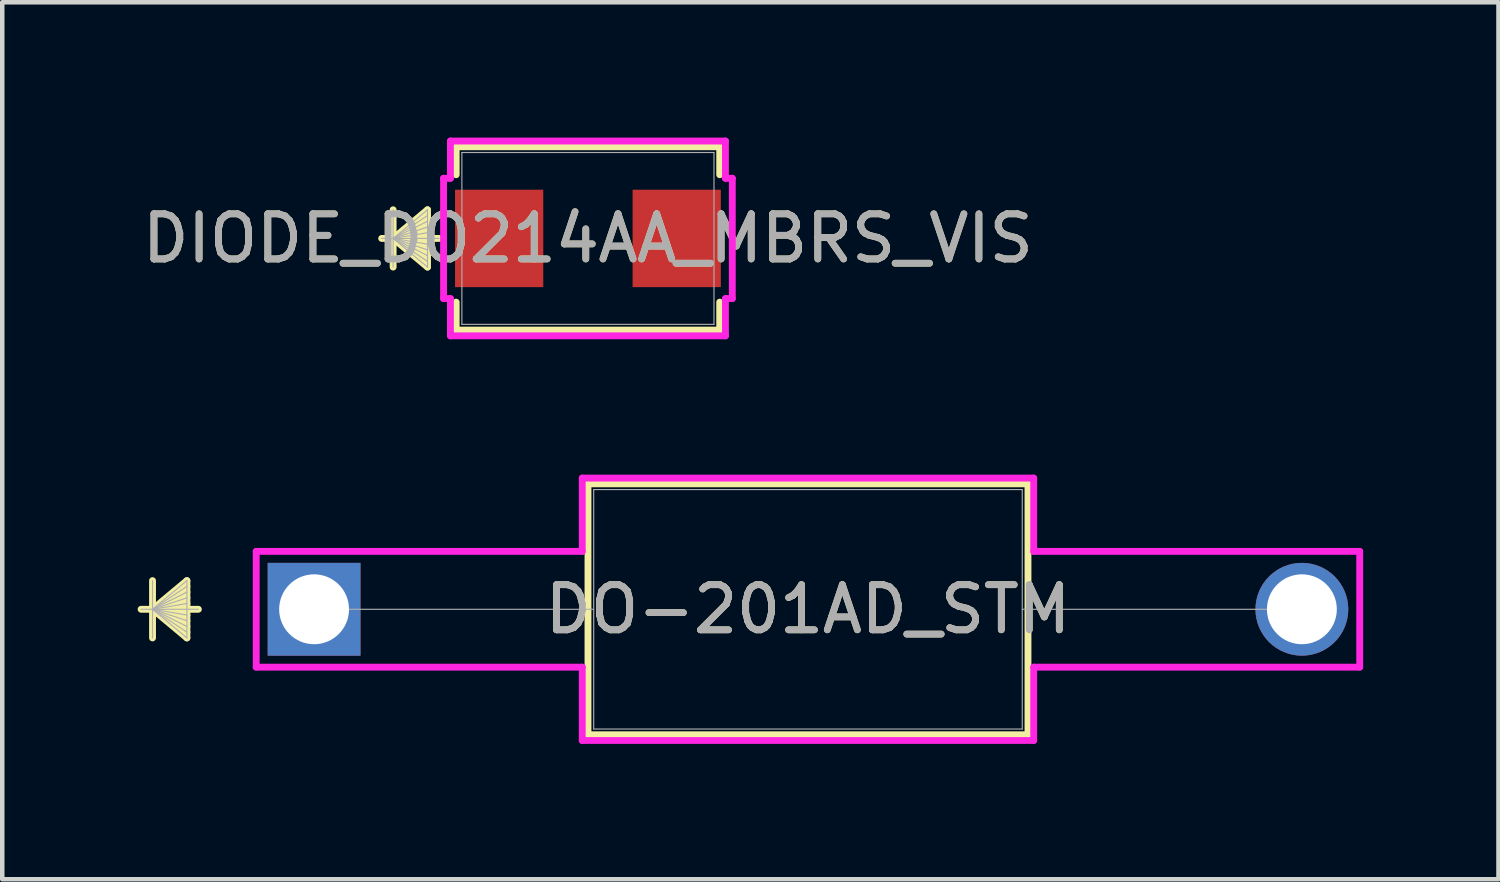
<source format=kicad_pcb>
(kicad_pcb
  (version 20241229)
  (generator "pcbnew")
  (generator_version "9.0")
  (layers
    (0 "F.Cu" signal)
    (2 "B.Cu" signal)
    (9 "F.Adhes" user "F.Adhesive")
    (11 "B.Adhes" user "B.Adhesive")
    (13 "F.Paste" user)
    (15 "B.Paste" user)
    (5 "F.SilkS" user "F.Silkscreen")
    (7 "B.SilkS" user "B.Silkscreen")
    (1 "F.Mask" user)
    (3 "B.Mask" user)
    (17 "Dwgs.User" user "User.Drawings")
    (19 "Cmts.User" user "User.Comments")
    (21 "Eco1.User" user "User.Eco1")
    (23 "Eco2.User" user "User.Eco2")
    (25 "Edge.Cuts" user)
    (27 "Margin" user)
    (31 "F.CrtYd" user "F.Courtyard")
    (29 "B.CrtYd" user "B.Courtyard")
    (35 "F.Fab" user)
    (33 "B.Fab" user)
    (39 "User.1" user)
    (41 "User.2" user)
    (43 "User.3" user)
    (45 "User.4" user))
  (footprint "DIODE_DO214AA_MBRS_VIS"
    (layer "F.Cu")
    (at 9.982 2.235)
    (property "Reference" "DIODE_DO214AA_MBRS_VIS" (at 0 0 0) (unlocked yes) (layer "F.SilkS") (effects (font (size 1 1) (thickness 0.15))))
    (attr smd)
    (fp_line (start -4.318 -0.635) (end -4.318 0.635) (stroke (width 0.152) (type solid)) (layer "F.SilkS"))
    (fp_line (start -4.318 0) (end -3.556 -0.635) (stroke (width 0.152) (type solid)) (layer "F.SilkS"))
    (fp_line (start -4.318 0) (end -3.556 -0.508) (stroke (width 0.152) (type solid)) (layer "F.SilkS"))
    (fp_line (start -4.318 0) (end -3.556 -0.381) (stroke (width 0.152) (type solid)) (layer "F.SilkS"))
    (fp_line (start -4.318 0) (end -3.556 -0.254) (stroke (width 0.152) (type solid)) (layer "F.SilkS"))
    (fp_line (start -4.318 0) (end -3.556 -0.127) (stroke (width 0.152) (type solid)) (layer "F.SilkS"))
    (fp_line (start -4.318 0) (end -3.556 0.127) (stroke (width 0.152) (type solid)) (layer "F.SilkS"))
    (fp_line (start -4.318 0) (end -3.556 0.254) (stroke (width 0.152) (type solid)) (layer "F.SilkS"))
    (fp_line (start -4.318 0) (end -3.556 0.381) (stroke (width 0.152) (type solid)) (layer "F.SilkS"))
    (fp_line (start -4.318 0) (end -3.556 0.508) (stroke (width 0.152) (type solid)) (layer "F.SilkS"))
    (fp_line (start -4.318 0) (end -3.556 0.635) (stroke (width 0.152) (type solid)) (layer "F.SilkS"))
    (fp_line (start -3.556 -0.635) (end -3.556 0.635) (stroke (width 0.152) (type solid)) (layer "F.SilkS"))
    (fp_line (start -3.302 0) (end -4.572 0) (stroke (width 0.152) (type solid)) (layer "F.SilkS"))
    (fp_line (start -2.921 -2.032) (end -2.921 -1.412) (stroke (width 0.152) (type solid)) (layer "F.SilkS"))
    (fp_line (start -2.921 1.412) (end -2.921 2.032) (stroke (width 0.152) (type solid)) (layer "F.SilkS"))
    (fp_line (start -2.921 2.032) (end 2.921 2.032) (stroke (width 0.152) (type solid)) (layer "F.SilkS"))
    (fp_line (start 2.921 -2.032) (end -2.921 -2.032) (stroke (width 0.152) (type solid)) (layer "F.SilkS"))
    (fp_line (start 2.921 -1.412) (end 2.921 -2.032) (stroke (width 0.152) (type solid)) (layer "F.SilkS"))
    (fp_line (start 2.921 2.032) (end 2.921 1.412) (stroke (width 0.152) (type solid)) (layer "F.SilkS"))
    (fp_line (start -3.2 -1.333) (end -3.048 -1.333) (stroke (width 0.152) (type solid)) (layer "F.CrtYd"))
    (fp_line (start -3.2 1.333) (end -3.2 -1.333) (stroke (width 0.152) (type solid)) (layer "F.CrtYd"))
    (fp_line (start -3.048 -2.159) (end 3.048 -2.159) (stroke (width 0.152) (type solid)) (layer "F.CrtYd"))
    (fp_line (start -3.048 -1.333) (end -3.048 -2.159) (stroke (width 0.152) (type solid)) (layer "F.CrtYd"))
    (fp_line (start -3.048 1.333) (end -3.2 1.333) (stroke (width 0.152) (type solid)) (layer "F.CrtYd"))
    (fp_line (start -3.048 2.159) (end -3.048 1.333) (stroke (width 0.152) (type solid)) (layer "F.CrtYd"))
    (fp_line (start 3.048 -2.159) (end 3.048 -1.333) (stroke (width 0.152) (type solid)) (layer "F.CrtYd"))
    (fp_line (start 3.048 -1.333) (end 3.2 -1.333) (stroke (width 0.152) (type solid)) (layer "F.CrtYd"))
    (fp_line (start 3.048 1.333) (end 3.048 2.159) (stroke (width 0.152) (type solid)) (layer "F.CrtYd"))
    (fp_line (start 3.048 2.159) (end -3.048 2.159) (stroke (width 0.152) (type solid)) (layer "F.CrtYd"))
    (fp_line (start 3.2 -1.333) (end 3.2 1.333) (stroke (width 0.152) (type solid)) (layer "F.CrtYd"))
    (fp_line (start 3.2 1.333) (end 3.048 1.333) (stroke (width 0.152) (type solid)) (layer "F.CrtYd"))
    (fp_line (start -4.318 -0.635) (end -4.318 0.635) (stroke (width 0.025) (type solid)) (layer "F.Fab"))
    (fp_line (start -4.318 0) (end -3.556 -0.635) (stroke (width 0.025) (type solid)) (layer "F.Fab"))
    (fp_line (start -4.318 0) (end -3.556 -0.508) (stroke (width 0.025) (type solid)) (layer "F.Fab"))
    (fp_line (start -4.318 0) (end -3.556 -0.381) (stroke (width 0.025) (type solid)) (layer "F.Fab"))
    (fp_line (start -4.318 0) (end -3.556 -0.254) (stroke (width 0.025) (type solid)) (layer "F.Fab"))
    (fp_line (start -4.318 0) (end -3.556 -0.127) (stroke (width 0.025) (type solid)) (layer "F.Fab"))
    (fp_line (start -4.318 0) (end -3.556 0.127) (stroke (width 0.025) (type solid)) (layer "F.Fab"))
    (fp_line (start -4.318 0) (end -3.556 0.254) (stroke (width 0.025) (type solid)) (layer "F.Fab"))
    (fp_line (start -4.318 0) (end -3.556 0.381) (stroke (width 0.025) (type solid)) (layer "F.Fab"))
    (fp_line (start -4.318 0) (end -3.556 0.508) (stroke (width 0.025) (type solid)) (layer "F.Fab"))
    (fp_line (start -4.318 0) (end -3.556 0.635) (stroke (width 0.025) (type solid)) (layer "F.Fab"))
    (fp_line (start -3.556 -0.635) (end -3.556 0.635) (stroke (width 0.025) (type solid)) (layer "F.Fab"))
    (fp_line (start -3.302 0) (end -4.572 0) (stroke (width 0.025) (type solid)) (layer "F.Fab"))
    (fp_line (start -2.794 -1.905) (end -2.794 1.905) (stroke (width 0.025) (type solid)) (layer "F.Fab"))
    (fp_line (start -2.794 1.905) (end 2.794 1.905) (stroke (width 0.025) (type solid)) (layer "F.Fab"))
    (fp_line (start 2.794 -1.905) (end -2.794 -1.905) (stroke (width 0.025) (type solid)) (layer "F.Fab"))
    (fp_line (start 2.794 1.905) (end 2.794 -1.905) (stroke (width 0.025) (type solid)) (layer "F.Fab"))
    (fp_text user "${REFERENCE}" (at 0 0 0) (unlocked yes) (layer "F.Fab") (effects (font (size 1 1) (thickness 0.15))))
    (pad "1" smd rect (at -1.968 0 90) (size 2.159 1.956) (layers "F.Cu" "F.Mask" "F.Paste"))
    (pad "2" smd rect (at 1.968 0 90) (size 2.159 1.956) (layers "F.Cu" "F.Mask" "F.Paste"))
    (zone (net_name "") (layer "F.Cu") (hatch full 0.508) (connect_pads) (min_thickness 0.254) (filled_areas_thickness no) (keepout (tracks not_allowed) (vias not_allowed) (pads allowed) (copperpour not_allowed) (footprints allowed)) (placement (enabled no)) (fill) (polygon (pts (xy 7.239 0.381) (xy 12.725 0.381) (xy 12.725 1.105) (xy 7.239 1.105))))
    (zone (net_name "") (layer "F.Cu") (hatch full 0.508) (connect_pads) (min_thickness 0.254) (filled_areas_thickness no) (keepout (tracks not_allowed) (vias not_allowed) (pads allowed) (copperpour not_allowed) (footprints allowed)) (placement (enabled no)) (fill) (polygon (pts (xy 7.239 3.365) (xy 12.725 3.365) (xy 12.725 4.089) (xy 7.239 4.089))))
    (zone (net_name "") (layer "F.Cu") (hatch full 0.508) (connect_pads) (min_thickness 0.254) (filled_areas_thickness no) (keepout (tracks not_allowed) (vias not_allowed) (pads allowed) (copperpour not_allowed) (footprints allowed)) (placement (enabled no)) (fill) (polygon (pts (xy 9.042 1.105) (xy 10.922 1.105) (xy 10.922 3.365) (xy 9.042 3.365)))))
  (footprint "DO-201AD_STM"
    (layer "F.Cu")
    (at 3.912 10.455)
    (property "Reference" "DO-201AD_STM" (at 10.947 0 0) (unlocked yes) (layer "F.SilkS") (effects (font (size 1 1) (thickness 0.15))))
    (attr through_hole)
    (fp_line (start -3.581 -0.635) (end -3.581 0.635) (stroke (width 0.152) (type solid)) (layer "F.SilkS"))
    (fp_line (start -3.581 0) (end -2.819 -0.635) (stroke (width 0.152) (type solid)) (layer "F.SilkS"))
    (fp_line (start -3.581 0) (end -2.819 -0.508) (stroke (width 0.152) (type solid)) (layer "F.SilkS"))
    (fp_line (start -3.581 0) (end -2.819 -0.381) (stroke (width 0.152) (type solid)) (layer "F.SilkS"))
    (fp_line (start -3.581 0) (end -2.819 -0.254) (stroke (width 0.152) (type solid)) (layer "F.SilkS"))
    (fp_line (start -3.581 0) (end -2.819 -0.127) (stroke (width 0.152) (type solid)) (layer "F.SilkS"))
    (fp_line (start -3.581 0) (end -2.819 0.127) (stroke (width 0.152) (type solid)) (layer "F.SilkS"))
    (fp_line (start -3.581 0) (end -2.819 0.254) (stroke (width 0.152) (type solid)) (layer "F.SilkS"))
    (fp_line (start -3.581 0) (end -2.819 0.381) (stroke (width 0.152) (type solid)) (layer "F.SilkS"))
    (fp_line (start -3.581 0) (end -2.819 0.508) (stroke (width 0.152) (type solid)) (layer "F.SilkS"))
    (fp_line (start -3.581 0) (end -2.819 0.635) (stroke (width 0.152) (type solid)) (layer "F.SilkS"))
    (fp_line (start -2.819 -0.635) (end -2.819 0.635) (stroke (width 0.152) (type solid)) (layer "F.SilkS"))
    (fp_line (start -2.565 0) (end -3.835 0) (stroke (width 0.152) (type solid)) (layer "F.SilkS"))
    (fp_line (start 6.071 -2.781) (end 6.071 2.781) (stroke (width 0.152) (type solid)) (layer "F.SilkS"))
    (fp_line (start 6.071 2.781) (end 15.824 2.781) (stroke (width 0.152) (type solid)) (layer "F.SilkS"))
    (fp_line (start 15.824 -2.781) (end 6.071 -2.781) (stroke (width 0.152) (type solid)) (layer "F.SilkS"))
    (fp_line (start 15.824 2.781) (end 15.824 -2.781) (stroke (width 0.152) (type solid)) (layer "F.SilkS"))
    (fp_line (start -1.283 -1.283) (end 5.944 -1.283) (stroke (width 0.152) (type solid)) (layer "F.CrtYd"))
    (fp_line (start -1.283 1.283) (end -1.283 -1.283) (stroke (width 0.152) (type solid)) (layer "F.CrtYd"))
    (fp_line (start -1.283 1.283) (end 5.944 1.283) (stroke (width 0.152) (type solid)) (layer "F.CrtYd"))
    (fp_line (start 5.944 -2.908) (end 15.951 -2.908) (stroke (width 0.152) (type solid)) (layer "F.CrtYd"))
    (fp_line (start 5.944 -1.283) (end 5.944 -2.908) (stroke (width 0.152) (type solid)) (layer "F.CrtYd"))
    (fp_line (start 5.944 1.283) (end 5.944 2.908) (stroke (width 0.152) (type solid)) (layer "F.CrtYd"))
    (fp_line (start 5.944 2.908) (end 15.951 2.908) (stroke (width 0.152) (type solid)) (layer "F.CrtYd"))
    (fp_line (start 15.951 -2.908) (end 15.951 -1.283) (stroke (width 0.152) (type solid)) (layer "F.CrtYd"))
    (fp_line (start 15.951 -1.283) (end 23.177 -1.283) (stroke (width 0.152) (type solid)) (layer "F.CrtYd"))
    (fp_line (start 15.951 1.283) (end 23.177 1.283) (stroke (width 0.152) (type solid)) (layer "F.CrtYd"))
    (fp_line (start 15.951 2.908) (end 15.951 1.283) (stroke (width 0.152) (type solid)) (layer "F.CrtYd"))
    (fp_line (start 23.177 -1.283) (end 23.177 1.283) (stroke (width 0.152) (type solid)) (layer "F.CrtYd"))
    (fp_line (start -3.581 -0.635) (end -3.581 0.635) (stroke (width 0.025) (type solid)) (layer "F.Fab"))
    (fp_line (start -3.581 0) (end -2.819 -0.635) (stroke (width 0.025) (type solid)) (layer "F.Fab"))
    (fp_line (start -3.581 0) (end -2.819 -0.508) (stroke (width 0.025) (type solid)) (layer "F.Fab"))
    (fp_line (start -3.581 0) (end -2.819 -0.381) (stroke (width 0.025) (type solid)) (layer "F.Fab"))
    (fp_line (start -3.581 0) (end -2.819 -0.254) (stroke (width 0.025) (type solid)) (layer "F.Fab"))
    (fp_line (start -3.581 0) (end -2.819 -0.127) (stroke (width 0.025) (type solid)) (layer "F.Fab"))
    (fp_line (start -3.581 0) (end -2.819 0.127) (stroke (width 0.025) (type solid)) (layer "F.Fab"))
    (fp_line (start -3.581 0) (end -2.819 0.254) (stroke (width 0.025) (type solid)) (layer "F.Fab"))
    (fp_line (start -3.581 0) (end -2.819 0.381) (stroke (width 0.025) (type solid)) (layer "F.Fab"))
    (fp_line (start -3.581 0) (end -2.819 0.508) (stroke (width 0.025) (type solid)) (layer "F.Fab"))
    (fp_line (start -3.581 0) (end -2.819 0.635) (stroke (width 0.025) (type solid)) (layer "F.Fab"))
    (fp_line (start -2.819 -0.635) (end -2.819 0.635) (stroke (width 0.025) (type solid)) (layer "F.Fab"))
    (fp_line (start -2.565 0) (end -3.835 0) (stroke (width 0.025) (type solid)) (layer "F.Fab"))
    (fp_line (start 0 0) (end 6.198 0) (stroke (width 0.025) (type solid)) (layer "F.Fab"))
    (fp_line (start 6.198 -2.654) (end 6.198 2.654) (stroke (width 0.025) (type solid)) (layer "F.Fab"))
    (fp_line (start 6.198 2.654) (end 15.697 2.654) (stroke (width 0.025) (type solid)) (layer "F.Fab"))
    (fp_line (start 15.697 -2.654) (end 6.198 -2.654) (stroke (width 0.025) (type solid)) (layer "F.Fab"))
    (fp_line (start 15.697 2.654) (end 15.697 -2.654) (stroke (width 0.025) (type solid)) (layer "F.Fab"))
    (fp_line (start 21.895 0) (end 15.697 0) (stroke (width 0.025) (type solid)) (layer "F.Fab"))
    (fp_text user "${REFERENCE}" (at 10.947 0 0) (unlocked yes) (layer "F.Fab") (effects (font (size 1 1) (thickness 0.15))))
    (pad "1" thru_hole rect (at 0 0) (size 2.057 2.057) (drill 1.549) (layers "*.Cu" "*.Mask"))
    (pad "2" thru_hole circle (at 21.895 0) (size 2.057 2.057) (drill 1.549) (layers "*.Cu" "*.Mask")))
  (gr_rect
    (start -3 -3)
    (end 30.165 16.439)
    (stroke (width 0.1) (type default))
    (fill no)
    (layer "Edge.Cuts")))
</source>
